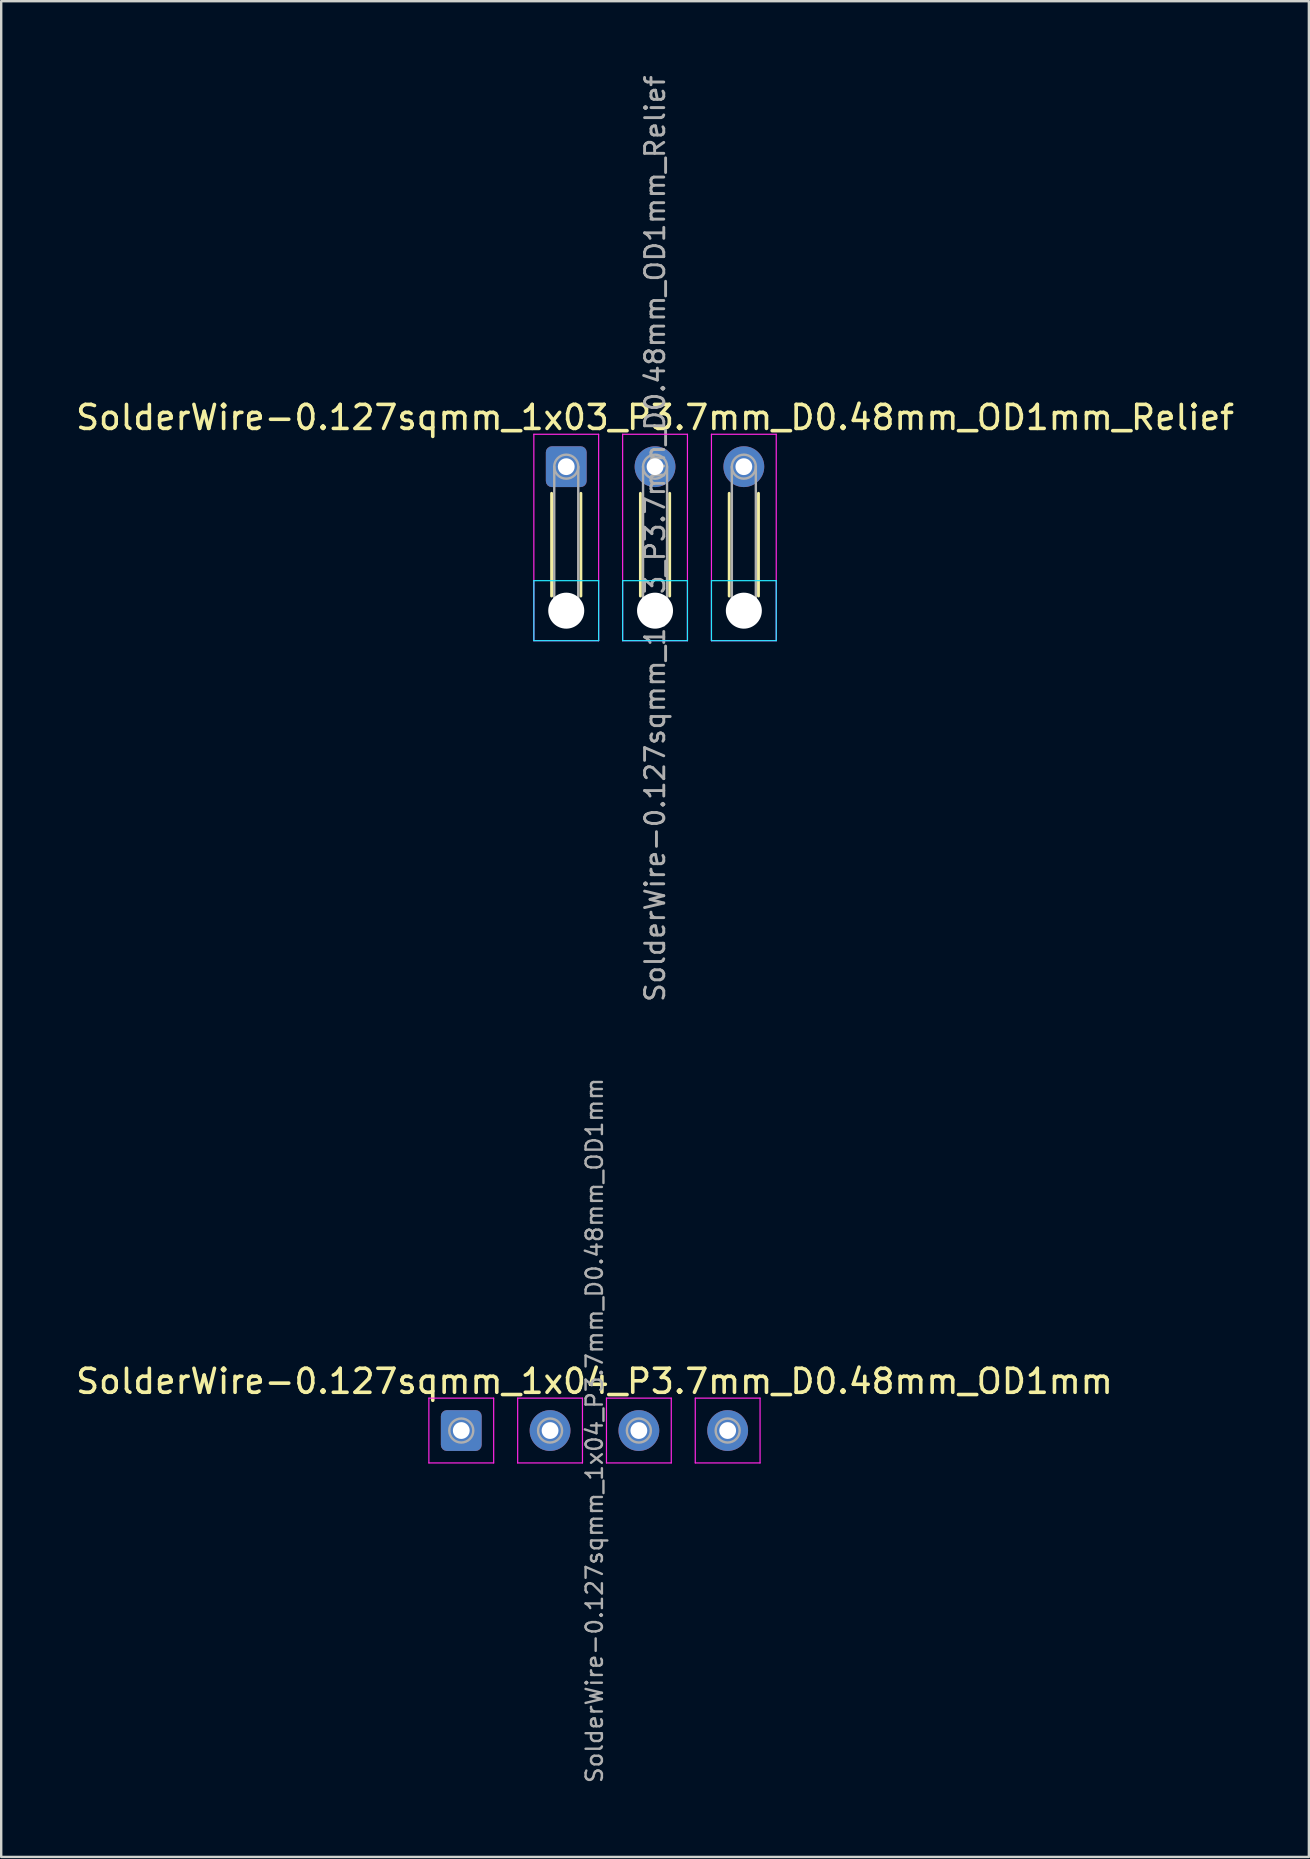
<source format=kicad_pcb>
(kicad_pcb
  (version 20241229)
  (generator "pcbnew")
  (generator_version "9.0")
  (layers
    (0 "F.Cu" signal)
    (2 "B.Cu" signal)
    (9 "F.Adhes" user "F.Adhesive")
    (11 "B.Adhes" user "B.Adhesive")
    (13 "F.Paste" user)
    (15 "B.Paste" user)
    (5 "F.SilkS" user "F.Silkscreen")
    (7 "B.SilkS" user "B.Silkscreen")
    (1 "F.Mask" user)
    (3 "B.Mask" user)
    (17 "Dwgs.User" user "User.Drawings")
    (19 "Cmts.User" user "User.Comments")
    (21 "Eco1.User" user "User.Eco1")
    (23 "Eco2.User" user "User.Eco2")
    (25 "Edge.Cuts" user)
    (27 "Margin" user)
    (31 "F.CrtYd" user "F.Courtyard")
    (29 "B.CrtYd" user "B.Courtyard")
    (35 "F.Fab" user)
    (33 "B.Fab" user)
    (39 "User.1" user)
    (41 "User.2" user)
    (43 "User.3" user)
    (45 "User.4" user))
  (footprint "SolderWire-0.127sqmm_1x03_P3.7mm_D0.48mm_OD1mm_Relief"
    (layer "F.Cu")
    (at 20.544 16.395)
    (property "Reference" "SolderWire-0.127sqmm_1x03_P3.7mm_D0.48mm_OD1mm_Relief" (at 3.7 -2.05 0) (layer "F.SilkS") (effects (font (size 1 1) (thickness 0.15))))
    (attr exclude_from_pos_files exclude_from_bom)
    (fp_line (start -0.61 1.11) (end -0.61 5.39) (stroke (width 0.12) (type solid)) (layer "F.SilkS"))
    (fp_line (start 0.61 1.11) (end 0.61 5.39) (stroke (width 0.12) (type solid)) (layer "F.SilkS"))
    (fp_line (start 3.09 1.11) (end 3.09 5.39) (stroke (width 0.12) (type solid)) (layer "F.SilkS"))
    (fp_line (start 4.31 1.11) (end 4.31 5.39) (stroke (width 0.12) (type solid)) (layer "F.SilkS"))
    (fp_line (start 6.79 1.11) (end 6.79 5.39) (stroke (width 0.12) (type solid)) (layer "F.SilkS"))
    (fp_line (start 8.01 1.11) (end 8.01 5.39) (stroke (width 0.12) (type solid)) (layer "F.SilkS"))
    (fp_line (start -1.35 4.75) (end -1.35 7.25) (stroke (width 0.05) (type solid)) (layer "B.CrtYd"))
    (fp_line (start -1.35 7.25) (end 1.35 7.25) (stroke (width 0.05) (type solid)) (layer "B.CrtYd"))
    (fp_line (start 1.35 4.75) (end -1.35 4.75) (stroke (width 0.05) (type solid)) (layer "B.CrtYd"))
    (fp_line (start 1.35 7.25) (end 1.35 4.75) (stroke (width 0.05) (type solid)) (layer "B.CrtYd"))
    (fp_line (start 2.35 4.75) (end 2.35 7.25) (stroke (width 0.05) (type solid)) (layer "B.CrtYd"))
    (fp_line (start 2.35 7.25) (end 5.05 7.25) (stroke (width 0.05) (type solid)) (layer "B.CrtYd"))
    (fp_line (start 5.05 4.75) (end 2.35 4.75) (stroke (width 0.05) (type solid)) (layer "B.CrtYd"))
    (fp_line (start 5.05 7.25) (end 5.05 4.75) (stroke (width 0.05) (type solid)) (layer "B.CrtYd"))
    (fp_line (start 6.05 4.75) (end 6.05 7.25) (stroke (width 0.05) (type solid)) (layer "B.CrtYd"))
    (fp_line (start 6.05 7.25) (end 8.75 7.25) (stroke (width 0.05) (type solid)) (layer "B.CrtYd"))
    (fp_line (start 8.75 4.75) (end 6.05 4.75) (stroke (width 0.05) (type solid)) (layer "B.CrtYd"))
    (fp_line (start 8.75 7.25) (end 8.75 4.75) (stroke (width 0.05) (type solid)) (layer "B.CrtYd"))
    (fp_line (start -1.35 -1.35) (end -1.35 7.25) (stroke (width 0.05) (type solid)) (layer "F.CrtYd"))
    (fp_line (start -1.35 7.25) (end 1.35 7.25) (stroke (width 0.05) (type solid)) (layer "F.CrtYd"))
    (fp_line (start 1.35 -1.35) (end -1.35 -1.35) (stroke (width 0.05) (type solid)) (layer "F.CrtYd"))
    (fp_line (start 1.35 7.25) (end 1.35 -1.35) (stroke (width 0.05) (type solid)) (layer "F.CrtYd"))
    (fp_line (start 2.35 -1.35) (end 2.35 7.25) (stroke (width 0.05) (type solid)) (layer "F.CrtYd"))
    (fp_line (start 2.35 7.25) (end 5.05 7.25) (stroke (width 0.05) (type solid)) (layer "F.CrtYd"))
    (fp_line (start 5.05 -1.35) (end 2.35 -1.35) (stroke (width 0.05) (type solid)) (layer "F.CrtYd"))
    (fp_line (start 5.05 7.25) (end 5.05 -1.35) (stroke (width 0.05) (type solid)) (layer "F.CrtYd"))
    (fp_line (start 6.05 -1.35) (end 6.05 7.25) (stroke (width 0.05) (type solid)) (layer "F.CrtYd"))
    (fp_line (start 6.05 7.25) (end 8.75 7.25) (stroke (width 0.05) (type solid)) (layer "F.CrtYd"))
    (fp_line (start 8.75 -1.35) (end 6.05 -1.35) (stroke (width 0.05) (type solid)) (layer "F.CrtYd"))
    (fp_line (start 8.75 7.25) (end 8.75 -1.35) (stroke (width 0.05) (type solid)) (layer "F.CrtYd"))
    (fp_line (start -0.5 0) (end -0.5 6) (stroke (width 0.1) (type solid)) (layer "F.Fab"))
    (fp_line (start 0.5 0) (end 0.5 6) (stroke (width 0.1) (type solid)) (layer "F.Fab"))
    (fp_line (start 3.2 0) (end 3.2 6) (stroke (width 0.1) (type solid)) (layer "F.Fab"))
    (fp_line (start 4.2 0) (end 4.2 6) (stroke (width 0.1) (type solid)) (layer "F.Fab"))
    (fp_line (start 6.9 0) (end 6.9 6) (stroke (width 0.1) (type solid)) (layer "F.Fab"))
    (fp_line (start 7.9 0) (end 7.9 6) (stroke (width 0.1) (type solid)) (layer "F.Fab"))
    (fp_circle (center 0 0) (end 0.5 0) (stroke (width 0.1) (type solid)) (fill no) (layer "F.Fab"))
    (fp_circle (center 0 6) (end 0.5 6) (stroke (width 0.1) (type solid)) (fill no) (layer "F.Fab"))
    (fp_circle (center 3.7 0) (end 4.2 0) (stroke (width 0.1) (type solid)) (fill no) (layer "F.Fab"))
    (fp_circle (center 3.7 6) (end 4.2 6) (stroke (width 0.1) (type solid)) (fill no) (layer "F.Fab"))
    (fp_circle (center 7.4 0) (end 7.9 0) (stroke (width 0.1) (type solid)) (fill no) (layer "F.Fab"))
    (fp_circle (center 7.4 6) (end 7.9 6) (stroke (width 0.1) (type solid)) (fill no) (layer "F.Fab"))
    (fp_text user "${REFERENCE}" (at 3.7 3 90) (layer "F.Fab") (effects (font (size 0.8 0.8) (thickness 0.12))))
    (pad "" np_thru_hole circle (at 0 6) (size 1.5 1.5) (drill 1.5) (layers "*.Cu" "*.Mask"))
    (pad "" np_thru_hole circle (at 3.7 6) (size 1.5 1.5) (drill 1.5) (layers "*.Cu" "*.Mask"))
    (pad "" np_thru_hole circle (at 7.4 6) (size 1.5 1.5) (drill 1.5) (layers "*.Cu" "*.Mask"))
    (pad "1" thru_hole roundrect (at 0 0) (size 1.7 1.7) (drill 0.7) (layers "*.Cu" "*.Mask") (roundrect_rratio 0.147))
    (pad "2" thru_hole circle (at 3.7 0) (size 1.7 1.7) (drill 0.7) (layers "*.Cu" "*.Mask"))
    (pad "3" thru_hole circle (at 7.4 0) (size 1.7 1.7) (drill 0.7) (layers "*.Cu" "*.Mask")))
  (footprint "SolderWire-0.127sqmm_1x04_P3.7mm_D0.48mm_OD1mm"
    (layer "F.Cu")
    (at 16.17 56.557)
    (property "Reference" "SolderWire-0.127sqmm_1x04_P3.7mm_D0.48mm_OD1mm" (at 5.55 -2.05 0) (layer "F.SilkS") (effects (font (size 1 1) (thickness 0.15))))
    (attr exclude_from_pos_files exclude_from_bom)
    (fp_line (start -1.35 -1.35) (end -1.35 1.35) (stroke (width 0.05) (type solid)) (layer "F.CrtYd"))
    (fp_line (start -1.35 1.35) (end 1.35 1.35) (stroke (width 0.05) (type solid)) (layer "F.CrtYd"))
    (fp_line (start 1.35 -1.35) (end -1.35 -1.35) (stroke (width 0.05) (type solid)) (layer "F.CrtYd"))
    (fp_line (start 1.35 1.35) (end 1.35 -1.35) (stroke (width 0.05) (type solid)) (layer "F.CrtYd"))
    (fp_line (start 2.35 -1.35) (end 2.35 1.35) (stroke (width 0.05) (type solid)) (layer "F.CrtYd"))
    (fp_line (start 2.35 1.35) (end 5.05 1.35) (stroke (width 0.05) (type solid)) (layer "F.CrtYd"))
    (fp_line (start 5.05 -1.35) (end 2.35 -1.35) (stroke (width 0.05) (type solid)) (layer "F.CrtYd"))
    (fp_line (start 5.05 1.35) (end 5.05 -1.35) (stroke (width 0.05) (type solid)) (layer "F.CrtYd"))
    (fp_line (start 6.05 -1.35) (end 6.05 1.35) (stroke (width 0.05) (type solid)) (layer "F.CrtYd"))
    (fp_line (start 6.05 1.35) (end 8.75 1.35) (stroke (width 0.05) (type solid)) (layer "F.CrtYd"))
    (fp_line (start 8.75 -1.35) (end 6.05 -1.35) (stroke (width 0.05) (type solid)) (layer "F.CrtYd"))
    (fp_line (start 8.75 1.35) (end 8.75 -1.35) (stroke (width 0.05) (type solid)) (layer "F.CrtYd"))
    (fp_line (start 9.75 -1.35) (end 9.75 1.35) (stroke (width 0.05) (type solid)) (layer "F.CrtYd"))
    (fp_line (start 9.75 1.35) (end 12.45 1.35) (stroke (width 0.05) (type solid)) (layer "F.CrtYd"))
    (fp_line (start 12.45 -1.35) (end 9.75 -1.35) (stroke (width 0.05) (type solid)) (layer "F.CrtYd"))
    (fp_line (start 12.45 1.35) (end 12.45 -1.35) (stroke (width 0.05) (type solid)) (layer "F.CrtYd"))
    (fp_circle (center 0 0) (end 0.5 0) (stroke (width 0.1) (type solid)) (fill no) (layer "F.Fab"))
    (fp_circle (center 3.7 0) (end 4.2 0) (stroke (width 0.1) (type solid)) (fill no) (layer "F.Fab"))
    (fp_circle (center 7.4 0) (end 7.9 0) (stroke (width 0.1) (type solid)) (fill no) (layer "F.Fab"))
    (fp_circle (center 11.1 0) (end 11.6 0) (stroke (width 0.1) (type solid)) (fill no) (layer "F.Fab"))
    (fp_text user "${REFERENCE}" (at 5.55 0 90) (layer "F.Fab") (effects (font (size 0.68 0.68) (thickness 0.1))))
    (pad "1" thru_hole roundrect (at 0 0) (size 1.7 1.7) (drill 0.7) (layers "*.Cu" "*.Mask") (roundrect_rratio 0.147))
    (pad "2" thru_hole circle (at 3.7 0) (size 1.7 1.7) (drill 0.7) (layers "*.Cu" "*.Mask"))
    (pad "3" thru_hole circle (at 7.4 0) (size 1.7 1.7) (drill 0.7) (layers "*.Cu" "*.Mask"))
    (pad "4" thru_hole circle (at 11.1 0) (size 1.7 1.7) (drill 0.7) (layers "*.Cu" "*.Mask")))
  (gr_rect
    (start -3 -3)
    (end 51.488 74.324)
    (stroke (width 0.1) (type default))
    (fill no)
    (layer "Edge.Cuts")))
</source>
